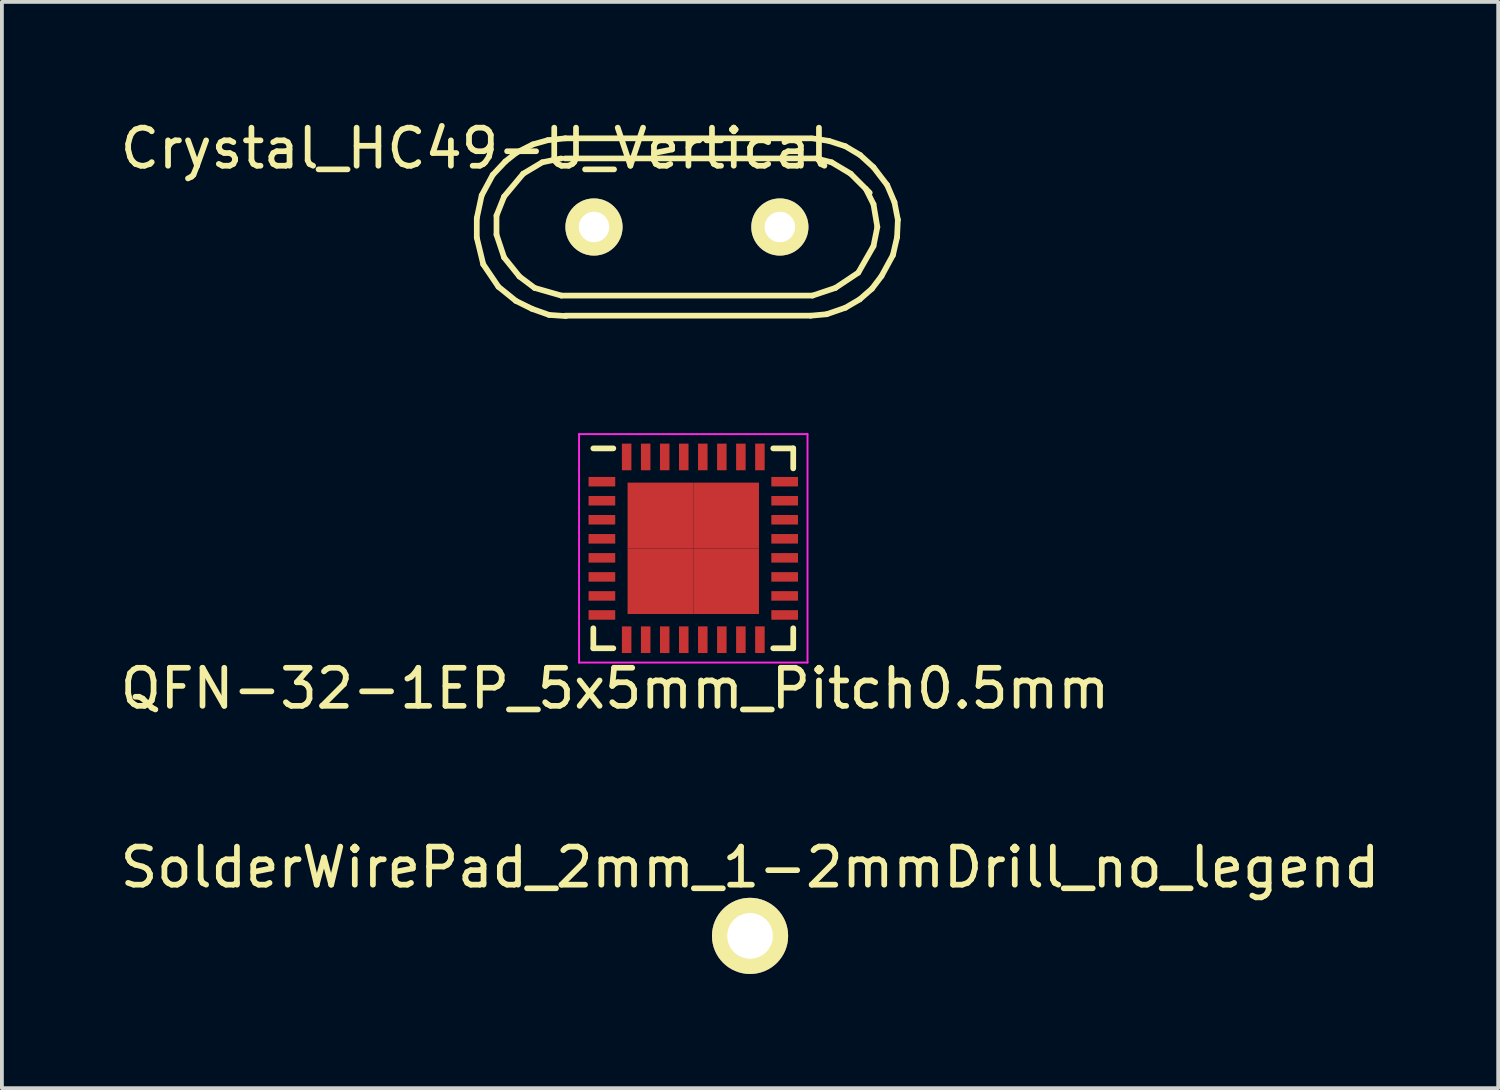
<source format=kicad_pcb>
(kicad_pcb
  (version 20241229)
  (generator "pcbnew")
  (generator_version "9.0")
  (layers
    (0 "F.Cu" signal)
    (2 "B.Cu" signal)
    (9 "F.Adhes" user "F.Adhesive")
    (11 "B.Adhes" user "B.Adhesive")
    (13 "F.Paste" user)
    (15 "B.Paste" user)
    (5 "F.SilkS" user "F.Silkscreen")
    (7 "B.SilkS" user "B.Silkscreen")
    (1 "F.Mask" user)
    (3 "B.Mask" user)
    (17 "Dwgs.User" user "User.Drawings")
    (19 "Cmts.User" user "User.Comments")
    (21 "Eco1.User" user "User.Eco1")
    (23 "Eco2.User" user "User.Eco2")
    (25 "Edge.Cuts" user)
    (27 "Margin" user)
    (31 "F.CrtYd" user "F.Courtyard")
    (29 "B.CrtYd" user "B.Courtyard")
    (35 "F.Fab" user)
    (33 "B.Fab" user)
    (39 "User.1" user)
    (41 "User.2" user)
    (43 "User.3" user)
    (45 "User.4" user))
  (footprint "Crystal_HC49-U_Vertical"
    (layer "F.Cu")
    (at 14.991 2.912)
    (property "Reference" "Crystal_HC49-U_Vertical" (at -5.556 -2.064 0) (layer "F.SilkS") (effects (font (size 1 1) (thickness 0.15))))
    (attr through_hole)
    (fp_line (start -5.519 -0.231) (end -5.519 0.279) (stroke (width 0.15) (type solid)) (layer "F.SilkS"))
    (fp_line (start -5.519 0.279) (end -5.349 0.98) (stroke (width 0.15) (type solid)) (layer "F.SilkS"))
    (fp_line (start -5.39 -0.831) (end -5.519 -0.231) (stroke (width 0.15) (type solid)) (layer "F.SilkS"))
    (fp_line (start -5.349 0.98) (end -4.95 1.57) (stroke (width 0.15) (type solid)) (layer "F.SilkS"))
    (fp_line (start -5.1 -1.369) (end -5.39 -0.831) (stroke (width 0.15) (type solid)) (layer "F.SilkS"))
    (fp_line (start -5.001 -0.3) (end -4.801 -0.8) (stroke (width 0.15) (type solid)) (layer "F.SilkS"))
    (fp_line (start -5.001 0.201) (end -5.001 -0.3) (stroke (width 0.15) (type solid)) (layer "F.SilkS"))
    (fp_line (start -4.95 1.57) (end -4.491 1.941) (stroke (width 0.15) (type solid)) (layer "F.SilkS"))
    (fp_line (start -4.801 -0.8) (end -4.3 -1.4) (stroke (width 0.15) (type solid)) (layer "F.SilkS"))
    (fp_line (start -4.801 0.8) (end -5.001 0.201) (stroke (width 0.15) (type solid)) (layer "F.SilkS"))
    (fp_line (start -4.77 -1.72) (end -5.1 -1.369) (stroke (width 0.15) (type solid)) (layer "F.SilkS"))
    (fp_line (start -4.491 1.941) (end -4.069 2.149) (stroke (width 0.15) (type solid)) (layer "F.SilkS"))
    (fp_line (start -4.481 -1.951) (end -4.77 -1.72) (stroke (width 0.15) (type solid)) (layer "F.SilkS"))
    (fp_line (start -4.399 1.3) (end -4.801 0.8) (stroke (width 0.15) (type solid)) (layer "F.SilkS"))
    (fp_line (start -4.3 -1.4) (end -3.8 -1.699) (stroke (width 0.15) (type solid)) (layer "F.SilkS"))
    (fp_line (start -4.069 2.149) (end -3.619 2.309) (stroke (width 0.15) (type solid)) (layer "F.SilkS"))
    (fp_line (start -4.049 -2.169) (end -4.481 -1.951) (stroke (width 0.15) (type solid)) (layer "F.SilkS"))
    (fp_line (start -4 1.6) (end -4.399 1.3) (stroke (width 0.15) (type solid)) (layer "F.SilkS"))
    (fp_line (start -3.8 -1.699) (end -3.299 -1.801) (stroke (width 0.15) (type solid)) (layer "F.SilkS"))
    (fp_line (start -3.65 -2.281) (end -4.049 -2.169) (stroke (width 0.15) (type solid)) (layer "F.SilkS"))
    (fp_line (start -3.619 2.309) (end -3.18 2.339) (stroke (width 0.15) (type solid)) (layer "F.SilkS"))
    (fp_line (start -3.299 1.801) (end -4 1.6) (stroke (width 0.15) (type solid)) (layer "F.SilkS"))
    (fp_line (start -3.2 -2.329) (end 3.251 -2.329) (stroke (width 0.15) (type solid)) (layer "F.SilkS"))
    (fp_line (start -3.2 -1.801) (end 3.401 -1.801) (stroke (width 0.15) (type solid)) (layer "F.SilkS"))
    (fp_line (start -3.2 2.329) (end 3.251 2.329) (stroke (width 0.15) (type solid)) (layer "F.SilkS"))
    (fp_line (start -3.19 -2.329) (end -3.65 -2.281) (stroke (width 0.15) (type solid)) (layer "F.SilkS"))
    (fp_line (start 3.251 2.329) (end 3.67 2.291) (stroke (width 0.15) (type solid)) (layer "F.SilkS"))
    (fp_line (start 3.299 1.801) (end -3.299 1.801) (stroke (width 0.15) (type solid)) (layer "F.SilkS"))
    (fp_line (start 3.401 -1.801) (end 3.8 -1.699) (stroke (width 0.15) (type solid)) (layer "F.SilkS"))
    (fp_line (start 3.67 2.291) (end 4.161 2.121) (stroke (width 0.15) (type solid)) (layer "F.SilkS"))
    (fp_line (start 3.731 -2.261) (end 3.289 -2.329) (stroke (width 0.15) (type solid)) (layer "F.SilkS"))
    (fp_line (start 3.8 -1.699) (end 4.3 -1.4) (stroke (width 0.15) (type solid)) (layer "F.SilkS"))
    (fp_line (start 3.899 1.6) (end 3.299 1.801) (stroke (width 0.15) (type solid)) (layer "F.SilkS"))
    (fp_line (start 4.161 -2.121) (end 3.731 -2.261) (stroke (width 0.15) (type solid)) (layer "F.SilkS"))
    (fp_line (start 4.161 2.121) (end 4.539 1.9) (stroke (width 0.15) (type solid)) (layer "F.SilkS"))
    (fp_line (start 4.3 -1.4) (end 4.801 -0.899) (stroke (width 0.15) (type solid)) (layer "F.SilkS"))
    (fp_line (start 4.501 1.199) (end 3.899 1.6) (stroke (width 0.15) (type solid)) (layer "F.SilkS"))
    (fp_line (start 4.539 1.9) (end 4.859 1.621) (stroke (width 0.15) (type solid)) (layer "F.SilkS"))
    (fp_line (start 4.549 -1.89) (end 4.161 -2.121) (stroke (width 0.15) (type solid)) (layer "F.SilkS"))
    (fp_line (start 4.699 -1.001) (end 4.9 -0.599) (stroke (width 0.15) (type solid)) (layer "F.SilkS"))
    (fp_line (start 4.859 1.621) (end 5.11 1.29) (stroke (width 0.15) (type solid)) (layer "F.SilkS"))
    (fp_line (start 4.9 -1.57) (end 4.549 -1.89) (stroke (width 0.15) (type solid)) (layer "F.SilkS"))
    (fp_line (start 4.9 -0.599) (end 5.001 0) (stroke (width 0.15) (type solid)) (layer "F.SilkS"))
    (fp_line (start 4.9 0.5) (end 4.501 1.199) (stroke (width 0.15) (type solid)) (layer "F.SilkS"))
    (fp_line (start 5.001 0) (end 4.9 0.5) (stroke (width 0.15) (type solid)) (layer "F.SilkS"))
    (fp_line (start 5.11 1.29) (end 5.41 0.739) (stroke (width 0.15) (type solid)) (layer "F.SilkS"))
    (fp_line (start 5.26 -1.1) (end 4.9 -1.57) (stroke (width 0.15) (type solid)) (layer "F.SilkS"))
    (fp_line (start 5.41 0.739) (end 5.519 0.269) (stroke (width 0.15) (type solid)) (layer "F.SilkS"))
    (fp_line (start 5.451 -0.65) (end 5.26 -1.1) (stroke (width 0.15) (type solid)) (layer "F.SilkS"))
    (fp_line (start 5.519 0.269) (end 5.54 -0.191) (stroke (width 0.15) (type solid)) (layer "F.SilkS"))
    (fp_line (start 5.54 -0.191) (end 5.451 -0.65) (stroke (width 0.15) (type solid)) (layer "F.SilkS"))
    (pad "1" thru_hole circle (at -2.441 0) (size 1.501 1.501) (drill 0.8) (layers "*.Cu" "*.Mask" "F.SilkS"))
    (pad "2" thru_hole circle (at 2.441 0) (size 1.501 1.501) (drill 0.8) (layers "*.Cu" "*.Mask" "F.SilkS")))
  (footprint "QFN-32-1EP_5x5mm_Pitch0.5mm"
    (layer "F.Cu")
    (at 15.158 11.351)
    (property "Reference" "QFN-32-1EP_5x5mm_Pitch0.5mm" (at -2.056 3.682 0) (layer "F.SilkS") (effects (font (size 1 1) (thickness 0.15))))
    (attr smd)
    (fp_line (start -2.625 -2.625) (end -2.1 -2.625) (stroke (width 0.15) (type solid)) (layer "F.SilkS"))
    (fp_line (start -2.625 2.625) (end -2.625 2.1) (stroke (width 0.15) (type solid)) (layer "F.SilkS"))
    (fp_line (start -2.625 2.625) (end -2.1 2.625) (stroke (width 0.15) (type solid)) (layer "F.SilkS"))
    (fp_line (start 2.625 -2.625) (end 2.1 -2.625) (stroke (width 0.15) (type solid)) (layer "F.SilkS"))
    (fp_line (start 2.625 -2.625) (end 2.625 -2.1) (stroke (width 0.15) (type solid)) (layer "F.SilkS"))
    (fp_line (start 2.625 2.625) (end 2.1 2.625) (stroke (width 0.15) (type solid)) (layer "F.SilkS"))
    (fp_line (start 2.625 2.625) (end 2.625 2.1) (stroke (width 0.15) (type solid)) (layer "F.SilkS"))
    (fp_line (start -3 -3) (end -3 3) (stroke (width 0.05) (type solid)) (layer "F.CrtYd"))
    (fp_line (start -3 -3) (end 3 -3) (stroke (width 0.05) (type solid)) (layer "F.CrtYd"))
    (fp_line (start -3 3) (end 3 3) (stroke (width 0.05) (type solid)) (layer "F.CrtYd"))
    (fp_line (start 3 -3) (end 3 3) (stroke (width 0.05) (type solid)) (layer "F.CrtYd"))
    (pad "1" smd rect (at -2.4 -1.75) (size 0.7 0.25) (layers "F.Cu" "F.Mask" "F.Paste"))
    (pad "2" smd rect (at -2.4 -1.25) (size 0.7 0.25) (layers "F.Cu" "F.Mask" "F.Paste"))
    (pad "3" smd rect (at -2.4 -0.75) (size 0.7 0.25) (layers "F.Cu" "F.Mask" "F.Paste"))
    (pad "4" smd rect (at -2.4 -0.25) (size 0.7 0.25) (layers "F.Cu" "F.Mask" "F.Paste"))
    (pad "5" smd rect (at -2.4 0.25) (size 0.7 0.25) (layers "F.Cu" "F.Mask" "F.Paste"))
    (pad "6" smd rect (at -2.4 0.75) (size 0.7 0.25) (layers "F.Cu" "F.Mask" "F.Paste"))
    (pad "7" smd rect (at -2.4 1.25) (size 0.7 0.25) (layers "F.Cu" "F.Mask" "F.Paste"))
    (pad "8" smd rect (at -2.4 1.75) (size 0.7 0.25) (layers "F.Cu" "F.Mask" "F.Paste"))
    (pad "9" smd rect (at -1.75 2.4 90) (size 0.7 0.25) (layers "F.Cu" "F.Mask" "F.Paste"))
    (pad "10" smd rect (at -1.25 2.4 90) (size 0.7 0.25) (layers "F.Cu" "F.Mask" "F.Paste"))
    (pad "11" smd rect (at -0.75 2.4 90) (size 0.7 0.25) (layers "F.Cu" "F.Mask" "F.Paste"))
    (pad "12" smd rect (at -0.25 2.4 90) (size 0.7 0.25) (layers "F.Cu" "F.Mask" "F.Paste"))
    (pad "13" smd rect (at 0.25 2.4 90) (size 0.7 0.25) (layers "F.Cu" "F.Mask" "F.Paste"))
    (pad "14" smd rect (at 0.75 2.4 90) (size 0.7 0.25) (layers "F.Cu" "F.Mask" "F.Paste"))
    (pad "15" smd rect (at 1.25 2.4 90) (size 0.7 0.25) (layers "F.Cu" "F.Mask" "F.Paste"))
    (pad "16" smd rect (at 1.75 2.4 90) (size 0.7 0.25) (layers "F.Cu" "F.Mask" "F.Paste"))
    (pad "17" smd rect (at 2.4 1.75) (size 0.7 0.25) (layers "F.Cu" "F.Mask" "F.Paste"))
    (pad "18" smd rect (at 2.4 1.25) (size 0.7 0.25) (layers "F.Cu" "F.Mask" "F.Paste"))
    (pad "19" smd rect (at 2.4 0.75) (size 0.7 0.25) (layers "F.Cu" "F.Mask" "F.Paste"))
    (pad "20" smd rect (at 2.4 0.25) (size 0.7 0.25) (layers "F.Cu" "F.Mask" "F.Paste"))
    (pad "21" smd rect (at 2.4 -0.25) (size 0.7 0.25) (layers "F.Cu" "F.Mask" "F.Paste"))
    (pad "22" smd rect (at 2.4 -0.75) (size 0.7 0.25) (layers "F.Cu" "F.Mask" "F.Paste"))
    (pad "23" smd rect (at 2.4 -1.25) (size 0.7 0.25) (layers "F.Cu" "F.Mask" "F.Paste"))
    (pad "24" smd rect (at 2.4 -1.75) (size 0.7 0.25) (layers "F.Cu" "F.Mask" "F.Paste"))
    (pad "25" smd rect (at 1.75 -2.4 90) (size 0.7 0.25) (layers "F.Cu" "F.Mask" "F.Paste"))
    (pad "26" smd rect (at 1.25 -2.4 90) (size 0.7 0.25) (layers "F.Cu" "F.Mask" "F.Paste"))
    (pad "27" smd rect (at 0.75 -2.4 90) (size 0.7 0.25) (layers "F.Cu" "F.Mask" "F.Paste"))
    (pad "28" smd rect (at 0.25 -2.4 90) (size 0.7 0.25) (layers "F.Cu" "F.Mask" "F.Paste"))
    (pad "29" smd rect (at -0.25 -2.4 90) (size 0.7 0.25) (layers "F.Cu" "F.Mask" "F.Paste"))
    (pad "30" smd rect (at -0.75 -2.4 90) (size 0.7 0.25) (layers "F.Cu" "F.Mask" "F.Paste"))
    (pad "31" smd rect (at -1.25 -2.4 90) (size 0.7 0.25) (layers "F.Cu" "F.Mask" "F.Paste"))
    (pad "32" smd rect (at -1.75 -2.4 90) (size 0.7 0.25) (layers "F.Cu" "F.Mask" "F.Paste"))
    (pad "33" smd rect (at -0.863 -0.863) (size 1.725 1.725) (layers "F.Cu" "F.Mask" "F.Paste"))
    (pad "33" smd rect (at -0.863 0.863) (size 1.725 1.725) (layers "F.Cu" "F.Mask" "F.Paste"))
    (pad "33" smd rect (at 0.863 -0.863) (size 1.725 1.725) (layers "F.Cu" "F.Mask" "F.Paste"))
    (pad "33" smd rect (at 0.863 0.863) (size 1.725 1.725) (layers "F.Cu" "F.Mask" "F.Paste")))
  (footprint "SolderWirePad_2mm_1-2mmDrill_no_legend"
    (layer "F.Cu")
    (at 16.649 21.53)
    (property "Reference" "SolderWirePad_2mm_1-2mmDrill_no_legend" (at 0 -1.8 0) (layer "F.SilkS") (effects (font (size 1 1) (thickness 0.15))))
    (attr through_hole)
    (pad "1" thru_hole circle (at 0 0) (size 2 2) (drill 1.199) (layers "*.Cu" "*.Mask" "F.SilkS")))
  (gr_rect
    (start -3 -3)
    (end 36.298 25.53)
    (stroke (width 0.1) (type default))
    (fill no)
    (layer "Edge.Cuts")))
</source>
